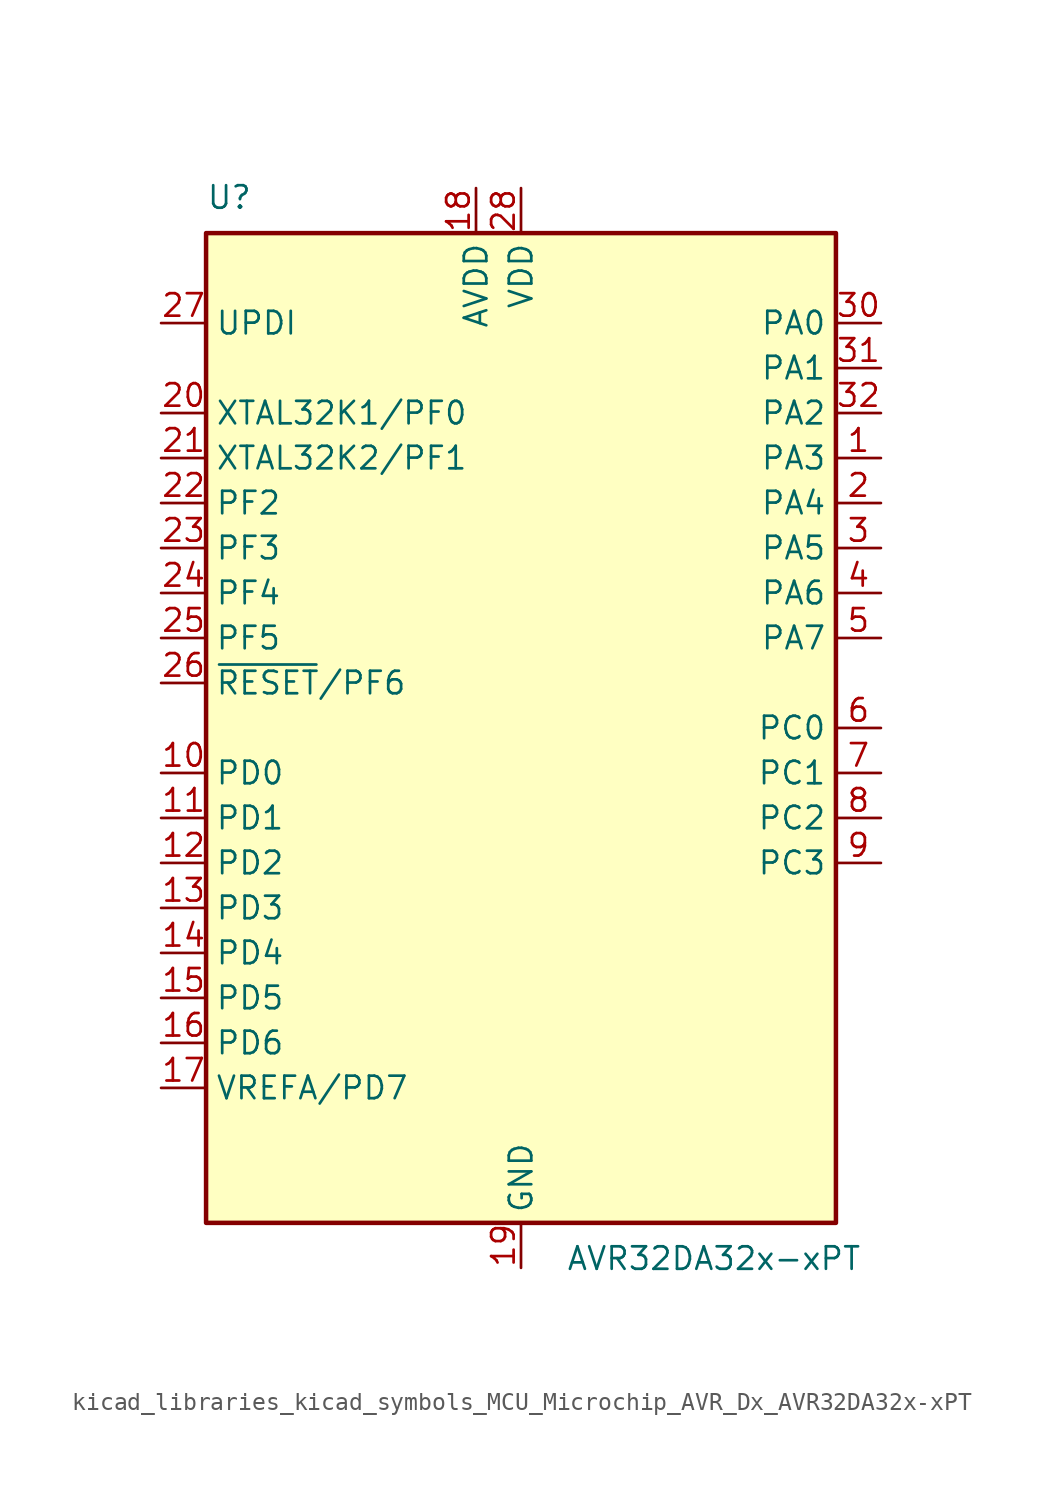
<source format=kicad_sym>
(kicad_symbol_lib
  (version 20220914)
  (generator kicad_symbol_editor)
  (symbol "kicad_libraries_kicad_symbols_MCU_Microchip_AVR_Dx_AVR32DA32x-xPT"
    (property "Reference" "U"
      (at -17.78 29.21 0)
      (effects (font (size 1.27 1.27)) (justify left bottom)))
    (property "Value" "AVR32DA32x-xPT"
      (at 2.54 -29.21 0)
      (effects (font (size 1.27 1.27)) (justify left top)))
    (symbol "kicad_libraries_kicad_symbols_MCU_Microchip_AVR_Dx_AVR32DA32x-xPT_0_1"
      (rectangle (start -17.78 27.94) (end 17.78 -27.94) (stroke (width 0.254) (type default)) (fill (type background))))
    (symbol "kicad_libraries_kicad_symbols_MCU_Microchip_AVR_Dx_AVR32DA32x-xPT_1_1"
      (pin bidirectional line (at 20.32 15.24 180) (length 2.54) (name "PA3" (effects (font (size 1.27 1.27)))) (number "1" (effects (font (size 1.27 1.27)))))
      (pin bidirectional line (at -20.32 -2.54 0) (length 2.54) (name "PD0" (effects (font (size 1.27 1.27)))) (number "10" (effects (font (size 1.27 1.27)))))
      (pin bidirectional line (at -20.32 -5.08 0) (length 2.54) (name "PD1" (effects (font (size 1.27 1.27)))) (number "11" (effects (font (size 1.27 1.27)))))
      (pin bidirectional line (at -20.32 -7.62 0) (length 2.54) (name "PD2" (effects (font (size 1.27 1.27)))) (number "12" (effects (font (size 1.27 1.27)))))
      (pin bidirectional line (at -20.32 -10.16 0) (length 2.54) (name "PD3" (effects (font (size 1.27 1.27)))) (number "13" (effects (font (size 1.27 1.27)))))
      (pin bidirectional line (at -20.32 -12.7 0) (length 2.54) (name "PD4" (effects (font (size 1.27 1.27)))) (number "14" (effects (font (size 1.27 1.27)))))
      (pin bidirectional line (at -20.32 -15.24 0) (length 2.54) (name "PD5" (effects (font (size 1.27 1.27)))) (number "15" (effects (font (size 1.27 1.27)))))
      (pin bidirectional line (at -20.32 -17.78 0) (length 2.54) (name "PD6" (effects (font (size 1.27 1.27)))) (number "16" (effects (font (size 1.27 1.27)))))
      (pin bidirectional line (at -20.32 -20.32 0) (length 2.54) (name "VREFA/PD7" (effects (font (size 1.27 1.27)))) (number "17" (effects (font (size 1.27 1.27)))))
      (pin power_in line (at -2.54 30.48 270) (length 2.54) (name "AVDD" (effects (font (size 1.27 1.27)))) (number "18" (effects (font (size 1.27 1.27)))))
      (pin power_in line (at 0 -30.48 90) (length 2.54) (name "GND" (effects (font (size 1.27 1.27)))) (number "19" (effects (font (size 1.27 1.27)))))
      (pin bidirectional line (at 20.32 12.7 180) (length 2.54) (name "PA4" (effects (font (size 1.27 1.27)))) (number "2" (effects (font (size 1.27 1.27)))))
      (pin bidirectional line (at -20.32 17.78 0) (length 2.54) (name "XTAL32K1/PF0" (effects (font (size 1.27 1.27)))) (number "20" (effects (font (size 1.27 1.27)))))
      (pin bidirectional line (at -20.32 15.24 0) (length 2.54) (name "XTAL32K2/PF1" (effects (font (size 1.27 1.27)))) (number "21" (effects (font (size 1.27 1.27)))))
      (pin bidirectional line (at -20.32 12.7 0) (length 2.54) (name "PF2" (effects (font (size 1.27 1.27)))) (number "22" (effects (font (size 1.27 1.27)))))
      (pin bidirectional line (at -20.32 10.16 0) (length 2.54) (name "PF3" (effects (font (size 1.27 1.27)))) (number "23" (effects (font (size 1.27 1.27)))))
      (pin bidirectional line (at -20.32 7.62 0) (length 2.54) (name "PF4" (effects (font (size 1.27 1.27)))) (number "24" (effects (font (size 1.27 1.27)))))
      (pin bidirectional line (at -20.32 5.08 0) (length 2.54) (name "PF5" (effects (font (size 1.27 1.27)))) (number "25" (effects (font (size 1.27 1.27)))))
      (pin bidirectional line (at -20.32 2.54 0) (length 2.54) (name "~{RESET}/PF6" (effects (font (size 1.27 1.27)))) (number "26" (effects (font (size 1.27 1.27)))))
      (pin input line (at -20.32 22.86 0) (length 2.54) (name "UPDI" (effects (font (size 1.27 1.27)))) (number "27" (effects (font (size 1.27 1.27)))))
      (pin power_in line (at 0 30.48 270) (length 2.54) (name "VDD" (effects (font (size 1.27 1.27)))) (number "28" (effects (font (size 1.27 1.27)))))
      (pin passive line (at 0 -30.48 90) (length 2.54) hide (name "GND" (effects (font (size 1.27 1.27)))) (number "29" (effects (font (size 1.27 1.27)))))
      (pin bidirectional line (at 20.32 10.16 180) (length 2.54) (name "PA5" (effects (font (size 1.27 1.27)))) (number "3" (effects (font (size 1.27 1.27)))))
      (pin bidirectional line (at 20.32 22.86 180) (length 2.54) (name "PA0" (effects (font (size 1.27 1.27)))) (number "30" (effects (font (size 1.27 1.27)))))
      (pin bidirectional line (at 20.32 20.32 180) (length 2.54) (name "PA1" (effects (font (size 1.27 1.27)))) (number "31" (effects (font (size 1.27 1.27)))))
      (pin bidirectional line (at 20.32 17.78 180) (length 2.54) (name "PA2" (effects (font (size 1.27 1.27)))) (number "32" (effects (font (size 1.27 1.27)))))
      (pin bidirectional line (at 20.32 7.62 180) (length 2.54) (name "PA6" (effects (font (size 1.27 1.27)))) (number "4" (effects (font (size 1.27 1.27)))))
      (pin bidirectional line (at 20.32 5.08 180) (length 2.54) (name "PA7" (effects (font (size 1.27 1.27)))) (number "5" (effects (font (size 1.27 1.27)))))
      (pin bidirectional line (at 20.32 0 180) (length 2.54) (name "PC0" (effects (font (size 1.27 1.27)))) (number "6" (effects (font (size 1.27 1.27)))))
      (pin bidirectional line (at 20.32 -2.54 180) (length 2.54) (name "PC1" (effects (font (size 1.27 1.27)))) (number "7" (effects (font (size 1.27 1.27)))))
      (pin bidirectional line (at 20.32 -5.08 180) (length 2.54) (name "PC2" (effects (font (size 1.27 1.27)))) (number "8" (effects (font (size 1.27 1.27)))))
      (pin bidirectional line (at 20.32 -7.62 180) (length 2.54) (name "PC3" (effects (font (size 1.27 1.27)))) (number "9" (effects (font (size 1.27 1.27))))))))
</source>
